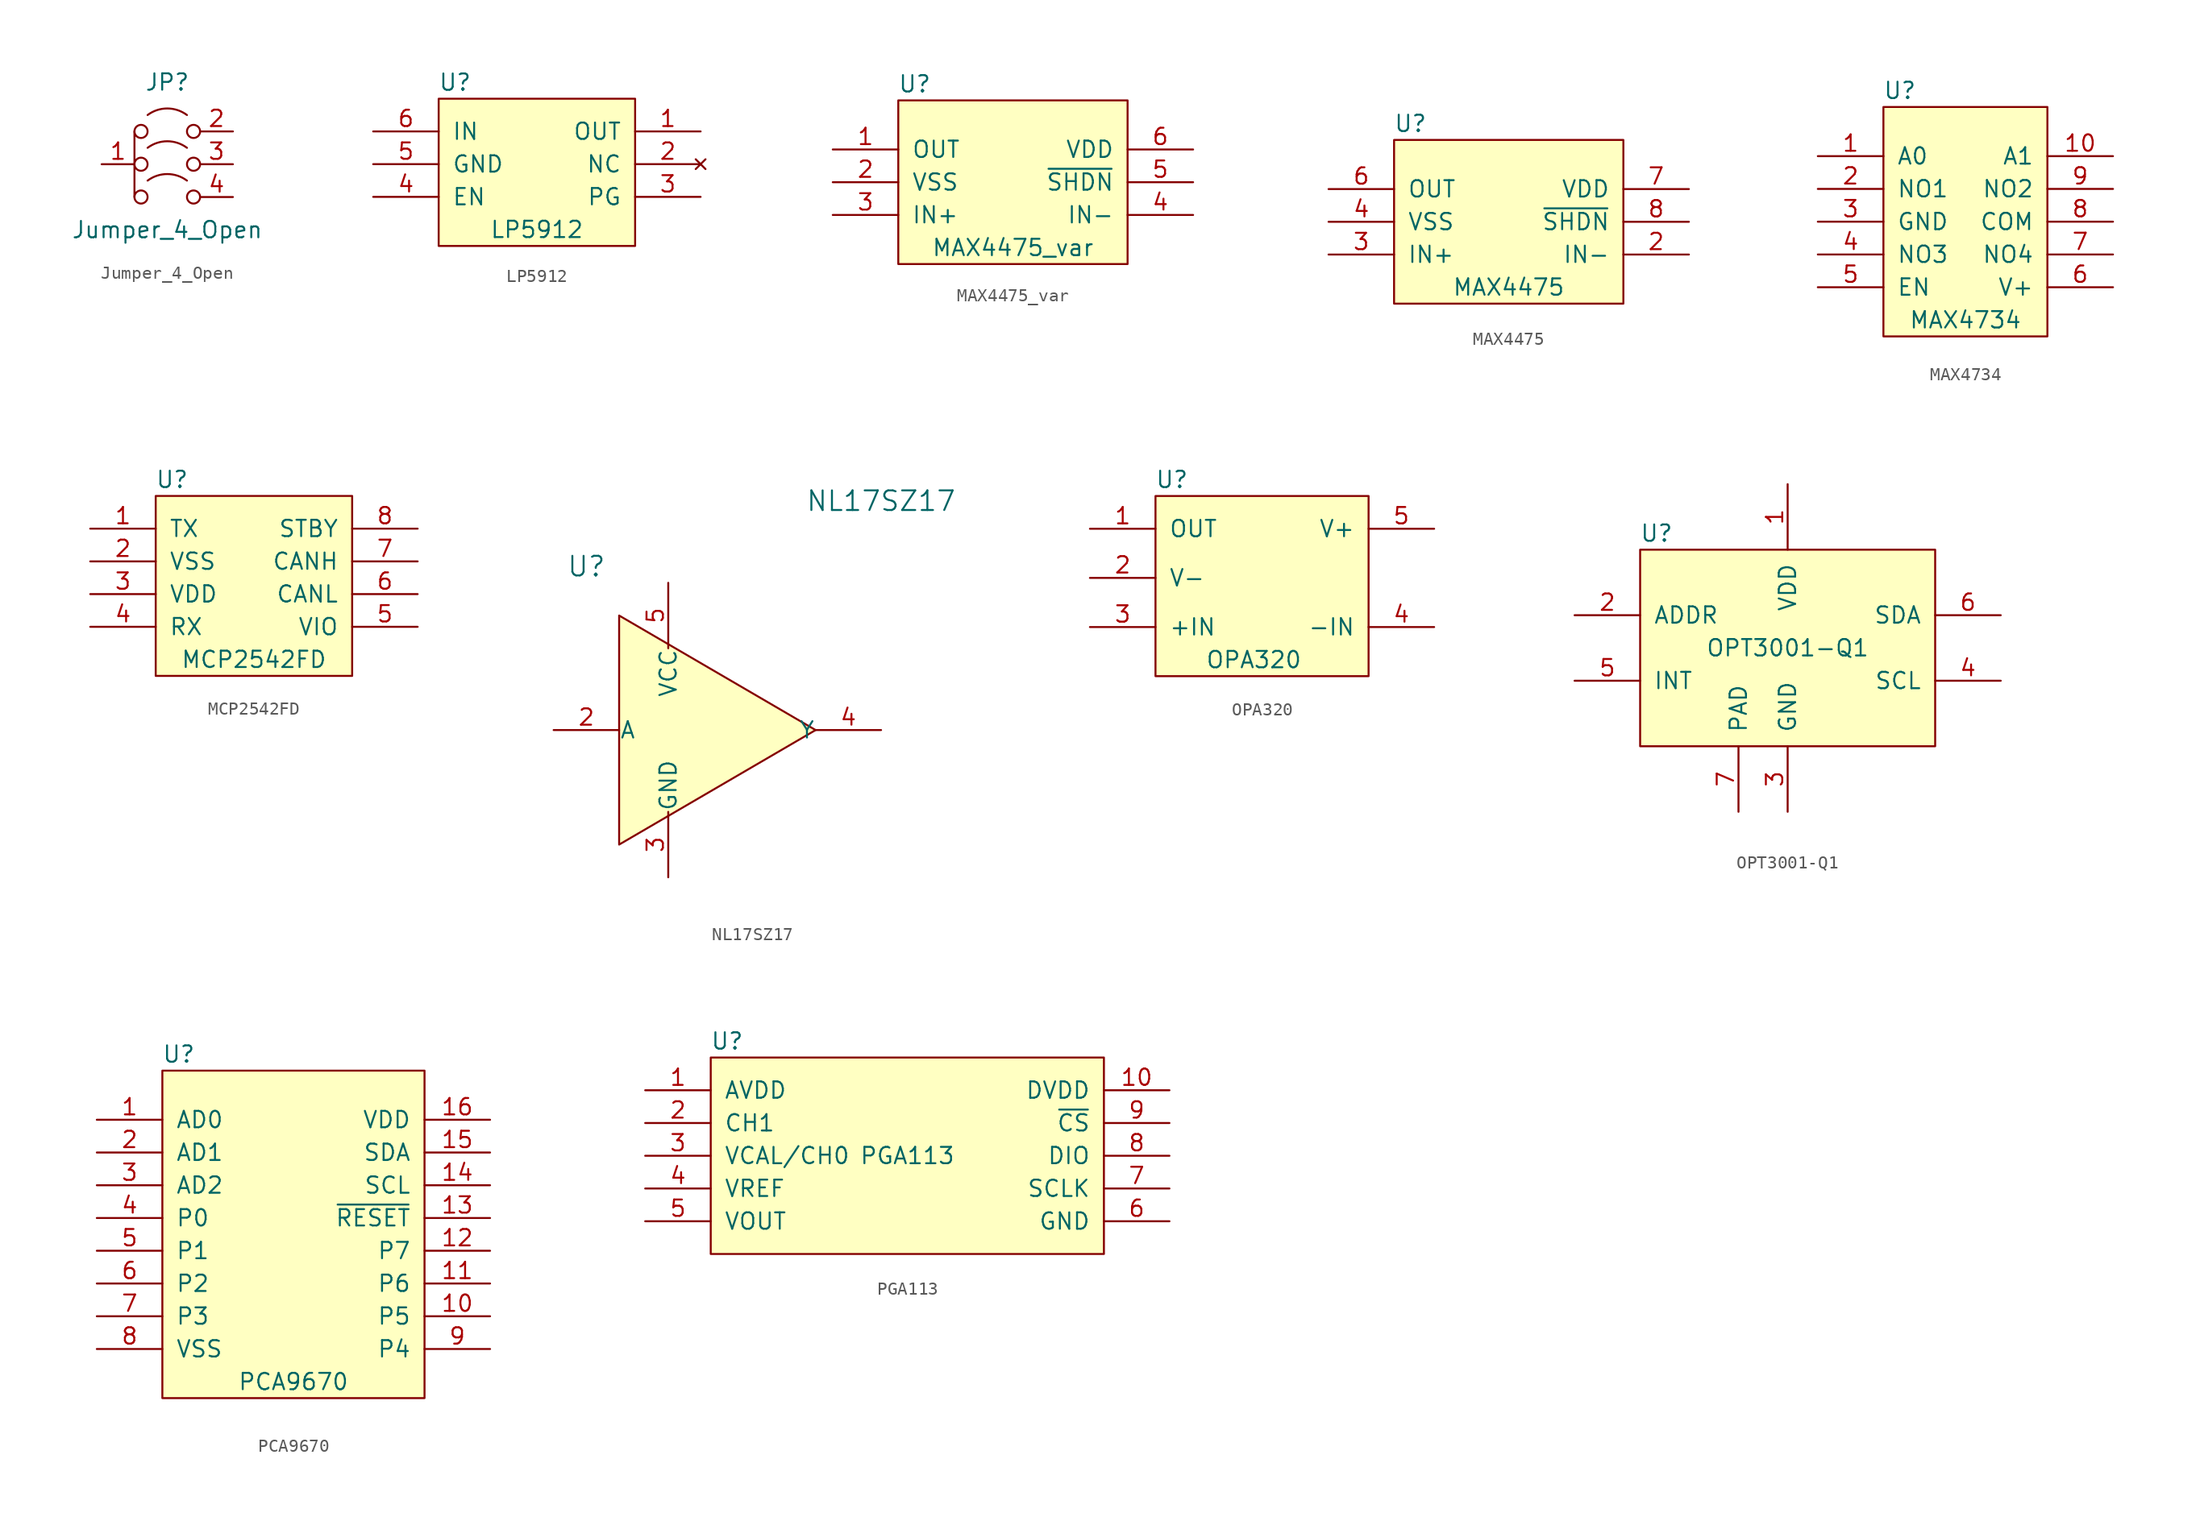
<source format=kicad_sym>
(kicad_symbol_lib
  (version 20211014)
  (generator kicad_symbol_editor)
  (symbol "Jumper_4_Open"
    (pin_names
      (offset 0) hide)
    (property "Reference" "JP"
      (at 0 6.35 0)
      (effects (font (size 1.27 1.27))))
    (property "Value" "Jumper_4_Open"
      (at 0 -5.08 0)
      (effects (font (size 1.27 1.27))))
    (symbol "Jumper_4_Open_0_0"
      (circle (center -2.032 -2.54) (radius 0.508) (stroke (width 0) (type default) (color 0 0 0 0)) (fill (type none)))
      (circle (center -2.032 0) (radius 0.508) (stroke (width 0) (type default) (color 0 0 0 0)) (fill (type none)))
      (circle (center -2.032 2.54) (radius 0.508) (stroke (width 0) (type default) (color 0 0 0 0)) (fill (type none)))
      (circle (center 2.032 0) (radius 0.508) (stroke (width 0) (type default) (color 0 0 0 0)) (fill (type none))))
    (symbol "Jumper_4_Open_0_1"
      (rectangle (start -2.54 0) (end -2.54 -2.54) (stroke (width 0) (type default) (color 0 0 0 0)) (fill (type none)))
      (rectangle (start -2.54 0) (end -2.54 2.54) (stroke (width 0) (type default) (color 0 0 0 0)) (fill (type none)))
      (arc (start 1.524 -1.27) (mid 0 -0.762) (end -1.524 -1.27) (stroke (width 0) (type default) (color 0 0 0 0)) (fill (type none)))
      (arc (start 1.524 1.27) (mid 0 1.778) (end -1.524 1.27) (stroke (width 0) (type default) (color 0 0 0 0)) (fill (type none)))
      (arc (start 1.524 3.81) (mid 0 4.318) (end -1.524 3.81) (stroke (width 0) (type default) (color 0 0 0 0)) (fill (type none))))
    (symbol "Jumper_4_Open_1_0"
      (circle (center 2.032 -2.54) (radius 0.508) (stroke (width 0) (type default) (color 0 0 0 0)) (fill (type none)))
      (circle (center 2.032 2.54) (radius 0.508) (stroke (width 0) (type default) (color 0 0 0 0)) (fill (type none))))
    (symbol "Jumper_4_Open_1_1"
      (pin passive line (at -5.08 0 0) (length 2.54) (name "A" (effects (font (size 1.27 1.27)))) (number "1" (effects (font (size 1.27 1.27)))))
      (pin passive line (at 5.08 2.54 180) (length 2.54) (name "B" (effects (font (size 1.27 1.27)))) (number "2" (effects (font (size 1.27 1.27)))))
      (pin passive line (at 5.08 0 180) (length 2.54) (name "B" (effects (font (size 1.27 1.27)))) (number "3" (effects (font (size 1.27 1.27)))))
      (pin passive line (at 5.08 -2.54 180) (length 2.54) (name "B" (effects (font (size 1.27 1.27)))) (number "4" (effects (font (size 1.27 1.27)))))))
  (symbol "LP5912"
    (pin_names
      (offset 1.016))
    (property "Reference" "U"
      (at -6.35 6.35 0)
      (effects (font (size 1.27 1.27))))
    (property "Value" "LP5912"
      (at 0 -5.08 0)
      (effects (font (size 1.27 1.27))))
    (symbol "LP5912_0_1"
      (rectangle (start -7.62 5.08) (end 7.62 -6.35) (stroke (width 0) (type default) (color 0 0 0 0)) (fill (type background))))
    (symbol "LP5912_1_1"
      (pin power_out line (at 12.7 2.54 180) (length 5.08) (name "OUT" (effects (font (size 1.27 1.27)))) (number "1" (effects (font (size 1.27 1.27)))))
      (pin no_connect line (at 12.7 0 180) (length 5.08) (name "NC" (effects (font (size 1.27 1.27)))) (number "2" (effects (font (size 1.27 1.27)))))
      (pin output line (at 12.7 -2.54 180) (length 5.08) (name "PG" (effects (font (size 1.27 1.27)))) (number "3" (effects (font (size 1.27 1.27)))))
      (pin input line (at -12.7 -2.54 0) (length 5.08) (name "EN" (effects (font (size 1.27 1.27)))) (number "4" (effects (font (size 1.27 1.27)))))
      (pin power_in line (at -12.7 0 0) (length 5.08) (name "GND" (effects (font (size 1.27 1.27)))) (number "5" (effects (font (size 1.27 1.27)))))
      (pin power_in line (at -12.7 2.54 0) (length 5.08) (name "IN" (effects (font (size 1.27 1.27)))) (number "6" (effects (font (size 1.27 1.27)))))))
  (symbol "MAX4475_var"
    (pin_names
      (offset 1.016))
    (property "Reference" "U"
      (at -7.62 7.62 0)
      (effects (font (size 1.27 1.27))))
    (property "Value" "MAX4475_var"
      (at 0 -5.08 0)
      (effects (font (size 1.27 1.27))))
    (symbol "MAX4475_var_0_1"
      (rectangle (start -8.89 6.35) (end 8.89 -6.35) (stroke (width 0) (type default) (color 0 0 0 0)) (fill (type background))))
    (symbol "MAX4475_var_1_1"
      (pin output line (at -13.97 2.54 0) (length 5.08) (name "OUT" (effects (font (size 1.27 1.27)))) (number "1" (effects (font (size 1.27 1.27)))))
      (pin power_in line (at -13.97 0 0) (length 5.08) (name "VSS" (effects (font (size 1.27 1.27)))) (number "2" (effects (font (size 1.27 1.27)))))
      (pin input line (at -13.97 -2.54 0) (length 5.08) (name "IN+" (effects (font (size 1.27 1.27)))) (number "3" (effects (font (size 1.27 1.27)))))
      (pin input line (at 13.97 -2.54 180) (length 5.08) (name "IN-" (effects (font (size 1.27 1.27)))) (number "4" (effects (font (size 1.27 1.27)))))
      (pin input line (at 13.97 0 180) (length 5.08) (name "~{SHDN}" (effects (font (size 1.27 1.27)))) (number "5" (effects (font (size 1.27 1.27)))))
      (pin power_in line (at 13.97 2.54 180) (length 5.08) (name "VDD" (effects (font (size 1.27 1.27)))) (number "6" (effects (font (size 1.27 1.27)))))))
  (symbol "MAX4475"
    (pin_names
      (offset 1.016))
    (property "Reference" "U"
      (at -7.62 7.62 0)
      (effects (font (size 1.27 1.27))))
    (property "Value" "MAX4475"
      (at 0 -5.08 0)
      (effects (font (size 1.27 1.27))))
    (symbol "MAX4475_0_1"
      (rectangle (start -8.89 6.35) (end 8.89 -6.35) (stroke (width 0) (type default) (color 0 0 0 0)) (fill (type background))))
    (symbol "MAX4475_1_1"
      (pin no_connect line (at -1.27 11.43 270) (length 5.08) hide (name "NC1" (effects (font (size 1.27 1.27)))) (number "1" (effects (font (size 1.27 1.27)))))
      (pin input line (at 13.97 -2.54 180) (length 5.08) (name "IN-" (effects (font (size 1.27 1.27)))) (number "2" (effects (font (size 1.27 1.27)))))
      (pin input line (at -13.97 -2.54 0) (length 5.08) (name "IN+" (effects (font (size 1.27 1.27)))) (number "3" (effects (font (size 1.27 1.27)))))
      (pin power_in line (at -13.97 0 0) (length 5.08) (name "VSS" (effects (font (size 1.27 1.27)))) (number "4" (effects (font (size 1.27 1.27)))))
      (pin no_connect line (at 1.27 11.43 270) (length 5.08) hide (name "NC2" (effects (font (size 1.27 1.27)))) (number "5" (effects (font (size 1.27 1.27)))))
      (pin output line (at -13.97 2.54 0) (length 5.08) (name "OUT" (effects (font (size 1.27 1.27)))) (number "6" (effects (font (size 1.27 1.27)))))
      (pin power_in line (at 13.97 2.54 180) (length 5.08) (name "VDD" (effects (font (size 1.27 1.27)))) (number "7" (effects (font (size 1.27 1.27)))))
      (pin input line (at 13.97 0 180) (length 5.08) (name "~{SHDN}" (effects (font (size 1.27 1.27)))) (number "8" (effects (font (size 1.27 1.27)))))))
  (symbol "MAX4734"
    (pin_names
      (offset 1.016))
    (property "Reference" "U"
      (at -5.08 10.16 0)
      (effects (font (size 1.27 1.27))))
    (property "Value" "MAX4734"
      (at 0 -7.62 0)
      (effects (font (size 1.27 1.27))))
    (symbol "MAX4734_0_1"
      (rectangle (start -6.35 8.89) (end 6.35 -8.89) (stroke (width 0) (type default) (color 0 0 0 0)) (fill (type background))))
    (symbol "MAX4734_1_1"
      (pin input line (at -11.43 5.08 0) (length 5.08) (name "A0" (effects (font (size 1.27 1.27)))) (number "1" (effects (font (size 1.27 1.27)))))
      (pin input line (at 11.43 5.08 180) (length 5.08) (name "A1" (effects (font (size 1.27 1.27)))) (number "10" (effects (font (size 1.27 1.27)))))
      (pin bidirectional line (at -11.43 2.54 0) (length 5.08) (name "NO1" (effects (font (size 1.27 1.27)))) (number "2" (effects (font (size 1.27 1.27)))))
      (pin power_in line (at -11.43 0 0) (length 5.08) (name "GND" (effects (font (size 1.27 1.27)))) (number "3" (effects (font (size 1.27 1.27)))))
      (pin bidirectional line (at -11.43 -2.54 0) (length 5.08) (name "NO3" (effects (font (size 1.27 1.27)))) (number "4" (effects (font (size 1.27 1.27)))))
      (pin input line (at -11.43 -5.08 0) (length 5.08) (name "EN" (effects (font (size 1.27 1.27)))) (number "5" (effects (font (size 1.27 1.27)))))
      (pin power_in line (at 11.43 -5.08 180) (length 5.08) (name "V+" (effects (font (size 1.27 1.27)))) (number "6" (effects (font (size 1.27 1.27)))))
      (pin bidirectional line (at 11.43 -2.54 180) (length 5.08) (name "NO4" (effects (font (size 1.27 1.27)))) (number "7" (effects (font (size 1.27 1.27)))))
      (pin bidirectional line (at 11.43 0 180) (length 5.08) (name "COM" (effects (font (size 1.27 1.27)))) (number "8" (effects (font (size 1.27 1.27)))))
      (pin bidirectional line (at 11.43 2.54 180) (length 5.08) (name "NO2" (effects (font (size 1.27 1.27)))) (number "9" (effects (font (size 1.27 1.27)))))))
  (symbol "MCP2542FD"
    (pin_names
      (offset 1.016))
    (property "Reference" "U"
      (at -6.35 7.62 0)
      (effects (font (size 1.27 1.27))))
    (property "Value" "MCP2542FD"
      (at 0 -6.35 0)
      (effects (font (size 1.27 1.27))))
    (symbol "MCP2542FD_0_1"
      (rectangle (start -7.62 6.35) (end 7.62 -7.62) (stroke (width 0) (type default) (color 0 0 0 0)) (fill (type background))))
    (symbol "MCP2542FD_1_1"
      (pin output line (at -12.7 3.81 0) (length 5.08) (name "TX" (effects (font (size 1.27 1.27)))) (number "1" (effects (font (size 1.27 1.27)))))
      (pin power_in line (at -12.7 1.27 0) (length 5.08) (name "VSS" (effects (font (size 1.27 1.27)))) (number "2" (effects (font (size 1.27 1.27)))))
      (pin power_in line (at -12.7 -1.27 0) (length 5.08) (name "VDD" (effects (font (size 1.27 1.27)))) (number "3" (effects (font (size 1.27 1.27)))))
      (pin input line (at -12.7 -3.81 0) (length 5.08) (name "RX" (effects (font (size 1.27 1.27)))) (number "4" (effects (font (size 1.27 1.27)))))
      (pin power_in line (at 12.7 -3.81 180) (length 5.08) (name "VIO" (effects (font (size 1.27 1.27)))) (number "5" (effects (font (size 1.27 1.27)))))
      (pin bidirectional line (at 12.7 -1.27 180) (length 5.08) (name "CANL" (effects (font (size 1.27 1.27)))) (number "6" (effects (font (size 1.27 1.27)))))
      (pin bidirectional line (at 12.7 1.27 180) (length 5.08) (name "CANH" (effects (font (size 1.27 1.27)))) (number "7" (effects (font (size 1.27 1.27)))))
      (pin input line (at 12.7 3.81 180) (length 5.08) (name "STBY" (effects (font (size 1.27 1.27)))) (number "8" (effects (font (size 1.27 1.27)))))))
  (symbol "NL17SZ17"
    (pin_names
      (offset 0.025))
    (property "Reference" "U"
      (at -8.89 12.7 0)
      (effects (font (size 1.524 1.524))))
    (property "Value" "NL17SZ17"
      (at 13.97 17.78 0)
      (effects (font (size 1.524 1.524))))
    (symbol "NL17SZ17_0_1"
      (polyline (pts (xy -6.35 8.89) (xy -6.35 -8.89) (xy 8.89 0) (xy -6.35 8.89)) (stroke (width 0) (type default) (color 0 0 0 0)) (fill (type background))))
    (symbol "NL17SZ17_1_1"
      (pin no_connect line (at -11.43 2.54 0) (length 5.08) hide (name "NC" (effects (font (size 1.27 1.27)))) (number "1" (effects (font (size 1.27 1.27)))))
      (pin input line (at -11.43 0 0) (length 5.08) (name "A" (effects (font (size 1.27 1.27)))) (number "2" (effects (font (size 1.27 1.27)))))
      (pin power_in line (at -2.54 -11.43 90) (length 5.08) (name "GND" (effects (font (size 1.27 1.27)))) (number "3" (effects (font (size 1.27 1.27)))))
      (pin output line (at 13.97 0 180) (length 5.08) (name "Y" (effects (font (size 1.27 1.27)))) (number "4" (effects (font (size 1.27 1.27)))))
      (pin power_in line (at -2.54 11.43 270) (length 5.08) (name "VCC" (effects (font (size 1.27 1.27)))) (number "5" (effects (font (size 1.27 1.27)))))))
  (symbol "OPA320"
    (pin_names
      (offset 1.016))
    (property "Reference" "U"
      (at -6.35 7.62 0)
      (effects (font (size 1.27 1.27))))
    (property "Value" "OPA320"
      (at 0 -6.35 0)
      (effects (font (size 1.27 1.27))))
    (symbol "OPA320_0_1"
      (rectangle (start -7.62 6.35) (end 8.89 -7.62) (stroke (width 0) (type default) (color 0 0 0 0)) (fill (type background))))
    (symbol "OPA320_1_1"
      (pin output line (at -12.7 3.81 0) (length 5.08) (name "OUT" (effects (font (size 1.27 1.27)))) (number "1" (effects (font (size 1.27 1.27)))))
      (pin power_in line (at -12.7 0 0) (length 5.08) (name "V-" (effects (font (size 1.27 1.27)))) (number "2" (effects (font (size 1.27 1.27)))))
      (pin input line (at -12.7 -3.81 0) (length 5.08) (name "+IN" (effects (font (size 1.27 1.27)))) (number "3" (effects (font (size 1.27 1.27)))))
      (pin input line (at 13.97 -3.81 180) (length 5.08) (name "-IN" (effects (font (size 1.27 1.27)))) (number "4" (effects (font (size 1.27 1.27)))))
      (pin power_in line (at 13.97 3.81 180) (length 5.08) (name "V+" (effects (font (size 1.27 1.27)))) (number "5" (effects (font (size 1.27 1.27)))))))
  (symbol "OPT3001-Q1"
    (pin_names
      (offset 1.016))
    (property "Reference" "U"
      (at -10.16 8.89 0)
      (effects (font (size 1.27 1.27))))
    (property "Value" "OPT3001-Q1"
      (at 0 0 0)
      (effects (font (size 1.27 1.27))))
    (symbol "OPT3001-Q1_0_1"
      (rectangle (start -11.43 7.62) (end 11.43 -7.62) (stroke (width 0) (type default) (color 0 0 0 0)) (fill (type background))))
    (symbol "OPT3001-Q1_1_1"
      (pin power_in line (at 0 12.7 270) (length 5.08) (name "VDD" (effects (font (size 1.27 1.27)))) (number "1" (effects (font (size 1.27 1.27)))))
      (pin input line (at -16.51 2.54 0) (length 5.08) (name "ADDR" (effects (font (size 1.27 1.27)))) (number "2" (effects (font (size 1.27 1.27)))))
      (pin power_in line (at 0 -12.7 90) (length 5.08) (name "GND" (effects (font (size 1.27 1.27)))) (number "3" (effects (font (size 1.27 1.27)))))
      (pin bidirectional line (at 16.51 -2.54 180) (length 5.08) (name "SCL" (effects (font (size 1.27 1.27)))) (number "4" (effects (font (size 1.27 1.27)))))
      (pin output line (at -16.51 -2.54 0) (length 5.08) (name "INT" (effects (font (size 1.27 1.27)))) (number "5" (effects (font (size 1.27 1.27)))))
      (pin bidirectional line (at 16.51 2.54 180) (length 5.08) (name "SDA" (effects (font (size 1.27 1.27)))) (number "6" (effects (font (size 1.27 1.27)))))
      (pin power_in line (at -3.81 -12.7 90) (length 5.08) (name "PAD" (effects (font (size 1.27 1.27)))) (number "7" (effects (font (size 1.27 1.27)))))))
  (symbol "PCA9670"
    (pin_names
      (offset 1.016))
    (property "Reference" "U"
      (at -8.89 13.97 0)
      (effects (font (size 1.27 1.27))))
    (property "Value" "PCA9670"
      (at 0 -11.43 0)
      (effects (font (size 1.27 1.27))))
    (symbol "PCA9670_0_1"
      (rectangle (start -10.16 12.7) (end 10.16 -12.7) (stroke (width 0) (type default) (color 0 0 0 0)) (fill (type background))))
    (symbol "PCA9670_1_1"
      (pin input line (at -15.24 8.89 0) (length 5.08) (name "AD0" (effects (font (size 1.27 1.27)))) (number "1" (effects (font (size 1.27 1.27)))))
      (pin bidirectional line (at 15.24 -6.35 180) (length 5.08) (name "P5" (effects (font (size 1.27 1.27)))) (number "10" (effects (font (size 1.27 1.27)))))
      (pin bidirectional line (at 15.24 -3.81 180) (length 5.08) (name "P6" (effects (font (size 1.27 1.27)))) (number "11" (effects (font (size 1.27 1.27)))))
      (pin bidirectional line (at 15.24 -1.27 180) (length 5.08) (name "P7" (effects (font (size 1.27 1.27)))) (number "12" (effects (font (size 1.27 1.27)))))
      (pin input line (at 15.24 1.27 180) (length 5.08) (name "~{RESET}" (effects (font (size 1.27 1.27)))) (number "13" (effects (font (size 1.27 1.27)))))
      (pin bidirectional line (at 15.24 3.81 180) (length 5.08) (name "SCL" (effects (font (size 1.27 1.27)))) (number "14" (effects (font (size 1.27 1.27)))))
      (pin bidirectional line (at 15.24 6.35 180) (length 5.08) (name "SDA" (effects (font (size 1.27 1.27)))) (number "15" (effects (font (size 1.27 1.27)))))
      (pin power_in line (at 15.24 8.89 180) (length 5.08) (name "VDD" (effects (font (size 1.27 1.27)))) (number "16" (effects (font (size 1.27 1.27)))))
      (pin input line (at -15.24 6.35 0) (length 5.08) (name "AD1" (effects (font (size 1.27 1.27)))) (number "2" (effects (font (size 1.27 1.27)))))
      (pin input line (at -15.24 3.81 0) (length 5.08) (name "AD2" (effects (font (size 1.27 1.27)))) (number "3" (effects (font (size 1.27 1.27)))))
      (pin bidirectional line (at -15.24 1.27 0) (length 5.08) (name "P0" (effects (font (size 1.27 1.27)))) (number "4" (effects (font (size 1.27 1.27)))))
      (pin bidirectional line (at -15.24 -1.27 0) (length 5.08) (name "P1" (effects (font (size 1.27 1.27)))) (number "5" (effects (font (size 1.27 1.27)))))
      (pin bidirectional line (at -15.24 -3.81 0) (length 5.08) (name "P2" (effects (font (size 1.27 1.27)))) (number "6" (effects (font (size 1.27 1.27)))))
      (pin bidirectional line (at -15.24 -6.35 0) (length 5.08) (name "P3" (effects (font (size 1.27 1.27)))) (number "7" (effects (font (size 1.27 1.27)))))
      (pin power_in line (at -15.24 -8.89 0) (length 5.08) (name "VSS" (effects (font (size 1.27 1.27)))) (number "8" (effects (font (size 1.27 1.27)))))
      (pin bidirectional line (at 15.24 -8.89 180) (length 5.08) (name "P4" (effects (font (size 1.27 1.27)))) (number "9" (effects (font (size 1.27 1.27)))))))
  (symbol "PGA113"
    (pin_names
      (offset 1.016))
    (property "Reference" "U"
      (at -13.97 8.89 0)
      (effects (font (size 1.27 1.27))))
    (property "Value" "PGA113"
      (at 0 0 0)
      (effects (font (size 1.27 1.27))))
    (symbol "PGA113_0_1"
      (rectangle (start -15.24 7.62) (end 15.24 -7.62) (stroke (width 0) (type default) (color 0 0 0 0)) (fill (type background))))
    (symbol "PGA113_1_1"
      (pin power_in line (at -20.32 5.08 0) (length 5.08) (name "AVDD" (effects (font (size 1.27 1.27)))) (number "1" (effects (font (size 1.27 1.27)))))
      (pin power_in line (at 20.32 5.08 180) (length 5.08) (name "DVDD" (effects (font (size 1.27 1.27)))) (number "10" (effects (font (size 1.27 1.27)))))
      (pin input line (at -20.32 2.54 0) (length 5.08) (name "CH1" (effects (font (size 1.27 1.27)))) (number "2" (effects (font (size 1.27 1.27)))))
      (pin input line (at -20.32 0 0) (length 5.08) (name "VCAL/CH0" (effects (font (size 1.27 1.27)))) (number "3" (effects (font (size 1.27 1.27)))))
      (pin input line (at -20.32 -2.54 0) (length 5.08) (name "VREF" (effects (font (size 1.27 1.27)))) (number "4" (effects (font (size 1.27 1.27)))))
      (pin output line (at -20.32 -5.08 0) (length 5.08) (name "VOUT" (effects (font (size 1.27 1.27)))) (number "5" (effects (font (size 1.27 1.27)))))
      (pin power_in line (at 20.32 -5.08 180) (length 5.08) (name "GND" (effects (font (size 1.27 1.27)))) (number "6" (effects (font (size 1.27 1.27)))))
      (pin input line (at 20.32 -2.54 180) (length 5.08) (name "SCLK" (effects (font (size 1.27 1.27)))) (number "7" (effects (font (size 1.27 1.27)))))
      (pin bidirectional line (at 20.32 0 180) (length 5.08) (name "DIO" (effects (font (size 1.27 1.27)))) (number "8" (effects (font (size 1.27 1.27)))))
      (pin input line (at 20.32 2.54 180) (length 5.08) (name "~{CS}" (effects (font (size 1.27 1.27)))) (number "9" (effects (font (size 1.27 1.27))))))))
</source>
